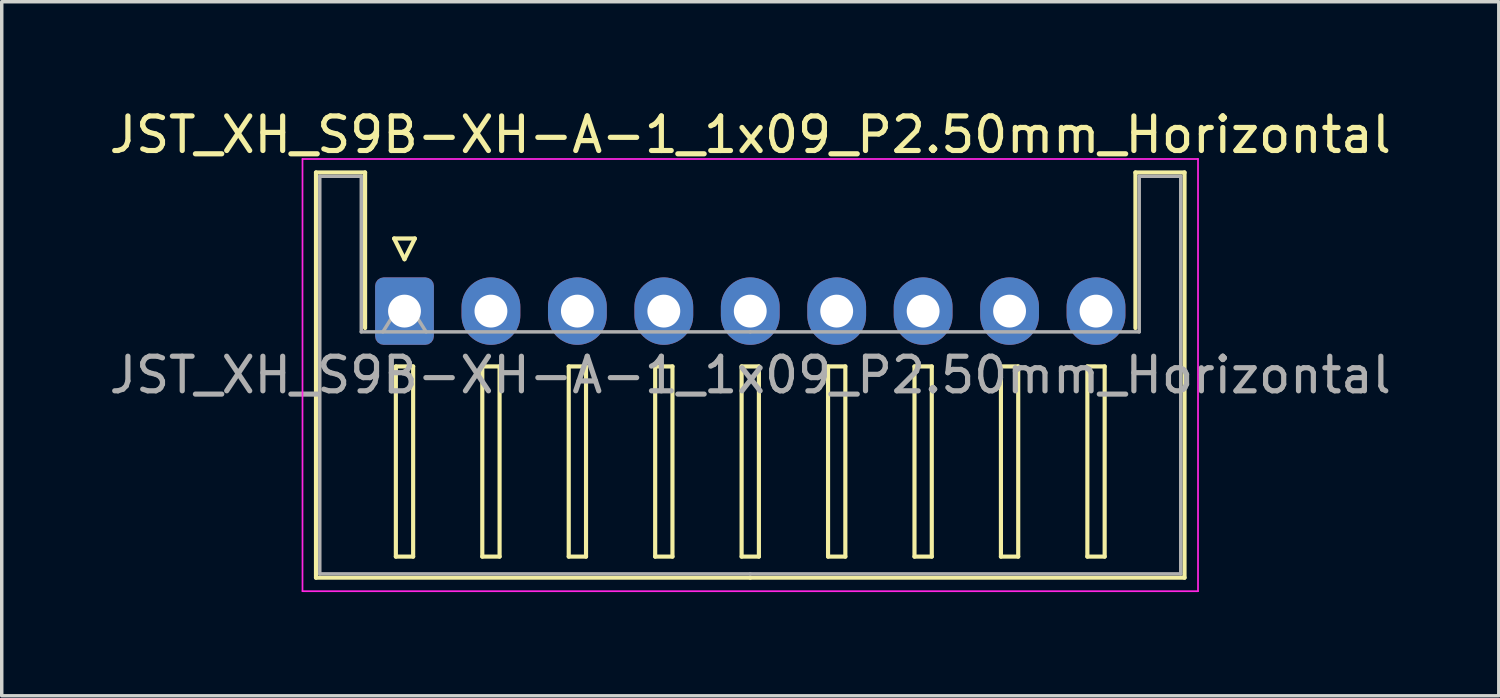
<source format=kicad_pcb>
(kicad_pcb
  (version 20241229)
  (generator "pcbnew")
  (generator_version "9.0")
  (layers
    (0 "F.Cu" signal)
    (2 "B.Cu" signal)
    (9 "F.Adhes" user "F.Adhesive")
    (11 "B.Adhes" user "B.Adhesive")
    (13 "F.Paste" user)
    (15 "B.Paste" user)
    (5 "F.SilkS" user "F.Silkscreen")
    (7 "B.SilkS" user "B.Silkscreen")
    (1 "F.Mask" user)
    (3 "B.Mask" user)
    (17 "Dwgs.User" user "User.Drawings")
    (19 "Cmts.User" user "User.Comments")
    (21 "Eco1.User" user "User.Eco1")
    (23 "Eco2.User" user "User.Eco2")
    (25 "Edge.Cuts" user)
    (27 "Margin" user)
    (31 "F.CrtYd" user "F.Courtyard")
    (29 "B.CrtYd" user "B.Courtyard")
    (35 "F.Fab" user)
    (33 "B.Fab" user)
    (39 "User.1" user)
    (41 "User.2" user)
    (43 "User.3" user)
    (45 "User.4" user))
  (footprint "JST_XH_S9B-XH-A-1_1x09_P2.50mm_Horizontal"
    (layer "F.Cu")
    (at 8.649 5.948)
    (property "Reference" "JST_XH_S9B-XH-A-1_1x09_P2.50mm_Horizontal" (at 10 -5.1 0) (layer "F.SilkS") (effects (font (size 1 1) (thickness 0.15))))
    (attr through_hole)
    (fp_line (start -2.56 -4.01) (end -1.14 -4.01) (stroke (width 0.12) (type solid)) (layer "F.SilkS"))
    (fp_line (start -2.56 7.71) (end -2.56 -4.01) (stroke (width 0.12) (type solid)) (layer "F.SilkS"))
    (fp_line (start -1.14 -4.01) (end -1.14 0.49) (stroke (width 0.12) (type solid)) (layer "F.SilkS"))
    (fp_line (start -0.3 -2.1) (end 0.3 -2.1) (stroke (width 0.12) (type solid)) (layer "F.SilkS"))
    (fp_line (start -0.25 1.6) (end -0.25 7.1) (stroke (width 0.12) (type solid)) (layer "F.SilkS"))
    (fp_line (start -0.25 7.1) (end 0.25 7.1) (stroke (width 0.12) (type solid)) (layer "F.SilkS"))
    (fp_line (start 0 -1.5) (end -0.3 -2.1) (stroke (width 0.12) (type solid)) (layer "F.SilkS"))
    (fp_line (start 0.25 1.6) (end -0.25 1.6) (stroke (width 0.12) (type solid)) (layer "F.SilkS"))
    (fp_line (start 0.25 7.1) (end 0.25 1.6) (stroke (width 0.12) (type solid)) (layer "F.SilkS"))
    (fp_line (start 0.3 -2.1) (end 0 -1.5) (stroke (width 0.12) (type solid)) (layer "F.SilkS"))
    (fp_line (start 2.25 1.6) (end 2.25 7.1) (stroke (width 0.12) (type solid)) (layer "F.SilkS"))
    (fp_line (start 2.25 7.1) (end 2.75 7.1) (stroke (width 0.12) (type solid)) (layer "F.SilkS"))
    (fp_line (start 2.75 1.6) (end 2.25 1.6) (stroke (width 0.12) (type solid)) (layer "F.SilkS"))
    (fp_line (start 2.75 7.1) (end 2.75 1.6) (stroke (width 0.12) (type solid)) (layer "F.SilkS"))
    (fp_line (start 4.75 1.6) (end 4.75 7.1) (stroke (width 0.12) (type solid)) (layer "F.SilkS"))
    (fp_line (start 4.75 7.1) (end 5.25 7.1) (stroke (width 0.12) (type solid)) (layer "F.SilkS"))
    (fp_line (start 5.25 1.6) (end 4.75 1.6) (stroke (width 0.12) (type solid)) (layer "F.SilkS"))
    (fp_line (start 5.25 7.1) (end 5.25 1.6) (stroke (width 0.12) (type solid)) (layer "F.SilkS"))
    (fp_line (start 7.25 1.6) (end 7.25 7.1) (stroke (width 0.12) (type solid)) (layer "F.SilkS"))
    (fp_line (start 7.25 7.1) (end 7.75 7.1) (stroke (width 0.12) (type solid)) (layer "F.SilkS"))
    (fp_line (start 7.75 1.6) (end 7.25 1.6) (stroke (width 0.12) (type solid)) (layer "F.SilkS"))
    (fp_line (start 7.75 7.1) (end 7.75 1.6) (stroke (width 0.12) (type solid)) (layer "F.SilkS"))
    (fp_line (start 9.75 1.6) (end 9.75 7.1) (stroke (width 0.12) (type solid)) (layer "F.SilkS"))
    (fp_line (start 9.75 7.1) (end 10.25 7.1) (stroke (width 0.12) (type solid)) (layer "F.SilkS"))
    (fp_line (start 10 7.71) (end -2.56 7.71) (stroke (width 0.12) (type solid)) (layer "F.SilkS"))
    (fp_line (start 10 7.71) (end 22.56 7.71) (stroke (width 0.12) (type solid)) (layer "F.SilkS"))
    (fp_line (start 10.25 1.6) (end 9.75 1.6) (stroke (width 0.12) (type solid)) (layer "F.SilkS"))
    (fp_line (start 10.25 7.1) (end 10.25 1.6) (stroke (width 0.12) (type solid)) (layer "F.SilkS"))
    (fp_line (start 12.25 1.6) (end 12.25 7.1) (stroke (width 0.12) (type solid)) (layer "F.SilkS"))
    (fp_line (start 12.25 7.1) (end 12.75 7.1) (stroke (width 0.12) (type solid)) (layer "F.SilkS"))
    (fp_line (start 12.75 1.6) (end 12.25 1.6) (stroke (width 0.12) (type solid)) (layer "F.SilkS"))
    (fp_line (start 12.75 7.1) (end 12.75 1.6) (stroke (width 0.12) (type solid)) (layer "F.SilkS"))
    (fp_line (start 14.75 1.6) (end 14.75 7.1) (stroke (width 0.12) (type solid)) (layer "F.SilkS"))
    (fp_line (start 14.75 7.1) (end 15.25 7.1) (stroke (width 0.12) (type solid)) (layer "F.SilkS"))
    (fp_line (start 15.25 1.6) (end 14.75 1.6) (stroke (width 0.12) (type solid)) (layer "F.SilkS"))
    (fp_line (start 15.25 7.1) (end 15.25 1.6) (stroke (width 0.12) (type solid)) (layer "F.SilkS"))
    (fp_line (start 17.25 1.6) (end 17.25 7.1) (stroke (width 0.12) (type solid)) (layer "F.SilkS"))
    (fp_line (start 17.25 7.1) (end 17.75 7.1) (stroke (width 0.12) (type solid)) (layer "F.SilkS"))
    (fp_line (start 17.75 1.6) (end 17.25 1.6) (stroke (width 0.12) (type solid)) (layer "F.SilkS"))
    (fp_line (start 17.75 7.1) (end 17.75 1.6) (stroke (width 0.12) (type solid)) (layer "F.SilkS"))
    (fp_line (start 19.75 1.6) (end 19.75 7.1) (stroke (width 0.12) (type solid)) (layer "F.SilkS"))
    (fp_line (start 19.75 7.1) (end 20.25 7.1) (stroke (width 0.12) (type solid)) (layer "F.SilkS"))
    (fp_line (start 20.25 1.6) (end 19.75 1.6) (stroke (width 0.12) (type solid)) (layer "F.SilkS"))
    (fp_line (start 20.25 7.1) (end 20.25 1.6) (stroke (width 0.12) (type solid)) (layer "F.SilkS"))
    (fp_line (start 21.14 -4.01) (end 21.14 0.49) (stroke (width 0.12) (type solid)) (layer "F.SilkS"))
    (fp_line (start 22.56 -4.01) (end 21.14 -4.01) (stroke (width 0.12) (type solid)) (layer "F.SilkS"))
    (fp_line (start 22.56 7.71) (end 22.56 -4.01) (stroke (width 0.12) (type solid)) (layer "F.SilkS"))
    (fp_line (start -2.95 -4.4) (end -2.95 8.1) (stroke (width 0.05) (type solid)) (layer "F.CrtYd"))
    (fp_line (start -2.95 8.1) (end 22.95 8.1) (stroke (width 0.05) (type solid)) (layer "F.CrtYd"))
    (fp_line (start 22.95 -4.4) (end -2.95 -4.4) (stroke (width 0.05) (type solid)) (layer "F.CrtYd"))
    (fp_line (start 22.95 8.1) (end 22.95 -4.4) (stroke (width 0.05) (type solid)) (layer "F.CrtYd"))
    (fp_line (start -2.45 -3.9) (end -1.25 -3.9) (stroke (width 0.1) (type solid)) (layer "F.Fab"))
    (fp_line (start -2.45 7.6) (end -2.45 -3.9) (stroke (width 0.1) (type solid)) (layer "F.Fab"))
    (fp_line (start -1.25 -3.9) (end -1.25 0.6) (stroke (width 0.1) (type solid)) (layer "F.Fab"))
    (fp_line (start -1.25 0.6) (end 10 0.6) (stroke (width 0.1) (type solid)) (layer "F.Fab"))
    (fp_line (start -0.625 0.6) (end 0 -0.4) (stroke (width 0.1) (type solid)) (layer "F.Fab"))
    (fp_line (start 0 -0.4) (end 0.625 0.6) (stroke (width 0.1) (type solid)) (layer "F.Fab"))
    (fp_line (start 10 7.6) (end -2.45 7.6) (stroke (width 0.1) (type solid)) (layer "F.Fab"))
    (fp_line (start 10 7.6) (end 22.45 7.6) (stroke (width 0.1) (type solid)) (layer "F.Fab"))
    (fp_line (start 21.25 -3.9) (end 21.25 0.6) (stroke (width 0.1) (type solid)) (layer "F.Fab"))
    (fp_line (start 21.25 0.6) (end 10 0.6) (stroke (width 0.1) (type solid)) (layer "F.Fab"))
    (fp_line (start 22.45 -3.9) (end 21.25 -3.9) (stroke (width 0.1) (type solid)) (layer "F.Fab"))
    (fp_line (start 22.45 7.6) (end 22.45 -3.9) (stroke (width 0.1) (type solid)) (layer "F.Fab"))
    (fp_text user "${REFERENCE}" (at 10 1.85 0) (layer "F.Fab") (effects (font (size 1 1) (thickness 0.15))))
    (pad "1" thru_hole roundrect (at 0 0) (size 1.7 1.95) (drill 0.95) (layers "*.Cu" "*.Mask") (roundrect_rratio 0.147))
    (pad "2" thru_hole oval (at 2.5 0) (size 1.7 1.95) (drill 0.95) (layers "*.Cu" "*.Mask"))
    (pad "3" thru_hole oval (at 5 0) (size 1.7 1.95) (drill 0.95) (layers "*.Cu" "*.Mask"))
    (pad "4" thru_hole oval (at 7.5 0) (size 1.7 1.95) (drill 0.95) (layers "*.Cu" "*.Mask"))
    (pad "5" thru_hole oval (at 10 0) (size 1.7 1.95) (drill 0.95) (layers "*.Cu" "*.Mask"))
    (pad "6" thru_hole oval (at 12.5 0) (size 1.7 1.95) (drill 0.95) (layers "*.Cu" "*.Mask"))
    (pad "7" thru_hole oval (at 15 0) (size 1.7 1.95) (drill 0.95) (layers "*.Cu" "*.Mask"))
    (pad "8" thru_hole oval (at 17.5 0) (size 1.7 1.95) (drill 0.95) (layers "*.Cu" "*.Mask"))
    (pad "9" thru_hole oval (at 20 0) (size 1.7 1.95) (drill 0.95) (layers "*.Cu" "*.Mask")))
  (gr_rect
    (start -3 -3)
    (end 40.298 17.073)
    (stroke (width 0.1) (type default))
    (fill no)
    (layer "Edge.Cuts")))
</source>
